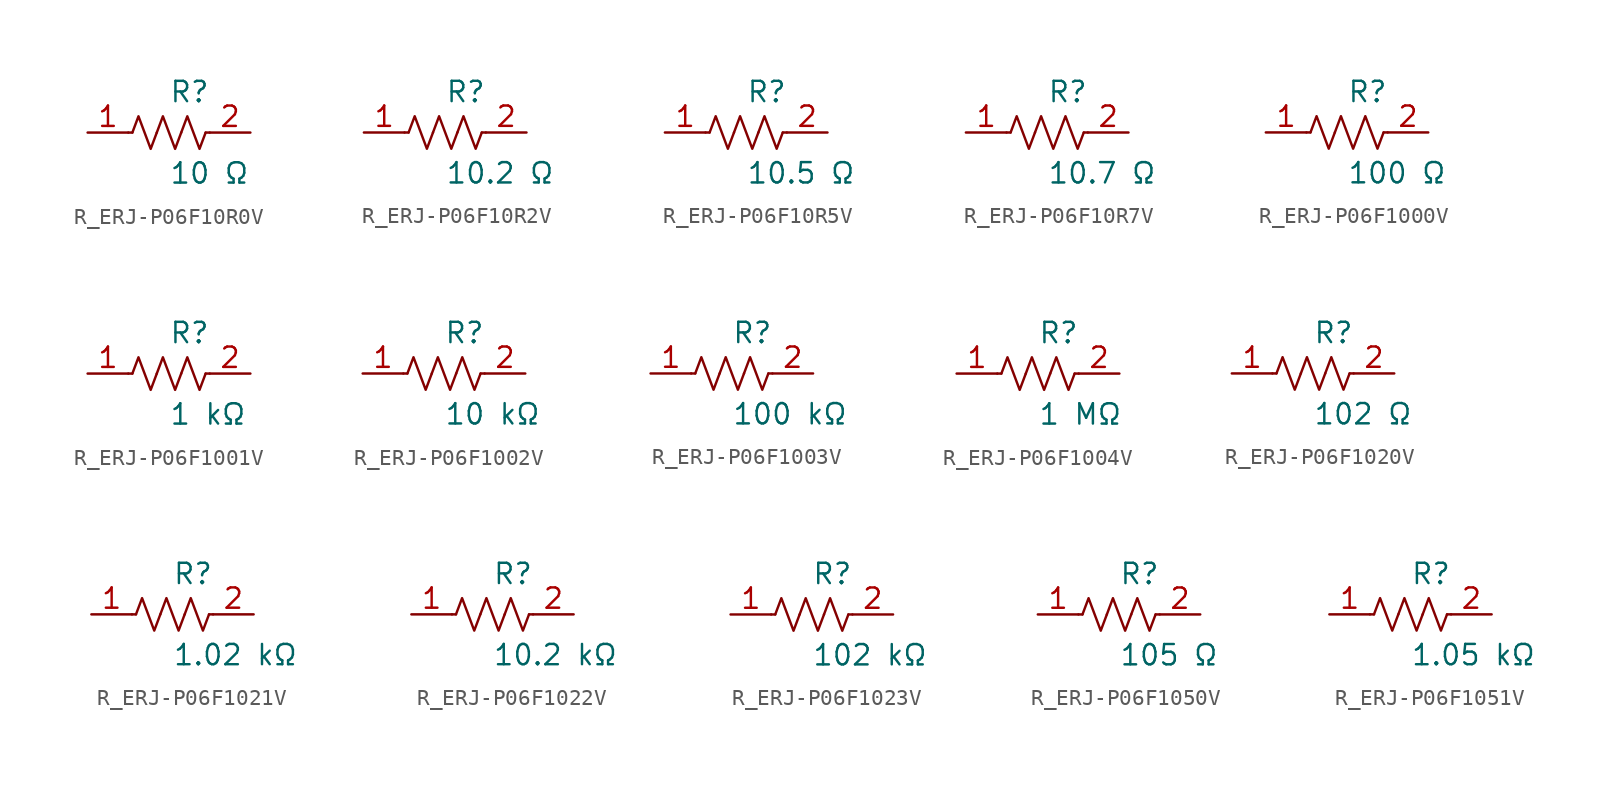
<source format=kicad_sym>
(kicad_symbol_lib
  (version 20231120)
  (generator kicad_symbol_editor)
  (generator_version 8.0)
  (symbol "R_ERJ-P06F10R0V"
    (pin_names
      (offset 0.254))
    (property "Reference" "R"
      (at 0 2.54 0)
      (effects (font (size 1.27 1.27)) (justify left)))
    (property "Value" "10 Ω"
      (at 0 -2.54 0)
      (effects (font (size 1.27 1.27)) (justify left)))
    (symbol "R_ERJ-P06F10R0V_0_1"
      (polyline (pts (xy 2.286 0) (xy 2.54 0)) (stroke (width 0) (type default)) (fill (type none)))
      (polyline (pts (xy -2.286 0) (xy -2.54 0)) (stroke (width 0) (type default)) (fill (type none)))
      (polyline (pts (xy 0.762 0) (xy 1.143 1.016) (xy 1.524 0) (xy 1.905 -1.016) (xy 2.286 0)) (stroke (width 0) (type default)) (fill (type none)))
      (polyline (pts (xy -0.762 0) (xy -0.381 1.016) (xy 0 0) (xy 0.381 -1.016) (xy 0.762 0)) (stroke (width 0) (type default)) (fill (type none)))
      (polyline (pts (xy -2.286 0) (xy -1.905 1.016) (xy -1.524 0) (xy -1.143 -1.016) (xy -0.762 0)) (stroke (width 0) (type default)) (fill (type none))))
    (pin passive line
      (at -5.08 0 0)
      (length 2.54)
      (name "" (effects (font (size 1.27 1.27))))
      (number "1" (effects (font (size 1.27 1.27)))))
    (pin passive line
      (at 5.08 0 180)
      (length 2.54)
      (name "" (effects (font (size 1.27 1.27))))
      (number "2" (effects (font (size 1.27 1.27))))))
  (symbol "R_ERJ-P06F10R2V"
    (pin_names
      (offset 0.254))
    (property "Reference" "R"
      (at 0 2.54 0)
      (effects (font (size 1.27 1.27)) (justify left)))
    (property "Value" "10.2 Ω"
      (at 0 -2.54 0)
      (effects (font (size 1.27 1.27)) (justify left)))
    (symbol "R_ERJ-P06F10R2V_0_1"
      (polyline (pts (xy 2.286 0) (xy 2.54 0)) (stroke (width 0) (type default)) (fill (type none)))
      (polyline (pts (xy -2.286 0) (xy -2.54 0)) (stroke (width 0) (type default)) (fill (type none)))
      (polyline (pts (xy 0.762 0) (xy 1.143 1.016) (xy 1.524 0) (xy 1.905 -1.016) (xy 2.286 0)) (stroke (width 0) (type default)) (fill (type none)))
      (polyline (pts (xy -0.762 0) (xy -0.381 1.016) (xy 0 0) (xy 0.381 -1.016) (xy 0.762 0)) (stroke (width 0) (type default)) (fill (type none)))
      (polyline (pts (xy -2.286 0) (xy -1.905 1.016) (xy -1.524 0) (xy -1.143 -1.016) (xy -0.762 0)) (stroke (width 0) (type default)) (fill (type none))))
    (pin passive line
      (at -5.08 0 0)
      (length 2.54)
      (name "" (effects (font (size 1.27 1.27))))
      (number "1" (effects (font (size 1.27 1.27)))))
    (pin passive line
      (at 5.08 0 180)
      (length 2.54)
      (name "" (effects (font (size 1.27 1.27))))
      (number "2" (effects (font (size 1.27 1.27))))))
  (symbol "R_ERJ-P06F10R5V"
    (pin_names
      (offset 0.254))
    (property "Reference" "R"
      (at 0 2.54 0)
      (effects (font (size 1.27 1.27)) (justify left)))
    (property "Value" "10.5 Ω"
      (at 0 -2.54 0)
      (effects (font (size 1.27 1.27)) (justify left)))
    (symbol "R_ERJ-P06F10R5V_0_1"
      (polyline (pts (xy 2.286 0) (xy 2.54 0)) (stroke (width 0) (type default)) (fill (type none)))
      (polyline (pts (xy -2.286 0) (xy -2.54 0)) (stroke (width 0) (type default)) (fill (type none)))
      (polyline (pts (xy 0.762 0) (xy 1.143 1.016) (xy 1.524 0) (xy 1.905 -1.016) (xy 2.286 0)) (stroke (width 0) (type default)) (fill (type none)))
      (polyline (pts (xy -0.762 0) (xy -0.381 1.016) (xy 0 0) (xy 0.381 -1.016) (xy 0.762 0)) (stroke (width 0) (type default)) (fill (type none)))
      (polyline (pts (xy -2.286 0) (xy -1.905 1.016) (xy -1.524 0) (xy -1.143 -1.016) (xy -0.762 0)) (stroke (width 0) (type default)) (fill (type none))))
    (pin passive line
      (at -5.08 0 0)
      (length 2.54)
      (name "" (effects (font (size 1.27 1.27))))
      (number "1" (effects (font (size 1.27 1.27)))))
    (pin passive line
      (at 5.08 0 180)
      (length 2.54)
      (name "" (effects (font (size 1.27 1.27))))
      (number "2" (effects (font (size 1.27 1.27))))))
  (symbol "R_ERJ-P06F10R7V"
    (pin_names
      (offset 0.254))
    (property "Reference" "R"
      (at 0 2.54 0)
      (effects (font (size 1.27 1.27)) (justify left)))
    (property "Value" "10.7 Ω"
      (at 0 -2.54 0)
      (effects (font (size 1.27 1.27)) (justify left)))
    (symbol "R_ERJ-P06F10R7V_0_1"
      (polyline (pts (xy 2.286 0) (xy 2.54 0)) (stroke (width 0) (type default)) (fill (type none)))
      (polyline (pts (xy -2.286 0) (xy -2.54 0)) (stroke (width 0) (type default)) (fill (type none)))
      (polyline (pts (xy 0.762 0) (xy 1.143 1.016) (xy 1.524 0) (xy 1.905 -1.016) (xy 2.286 0)) (stroke (width 0) (type default)) (fill (type none)))
      (polyline (pts (xy -0.762 0) (xy -0.381 1.016) (xy 0 0) (xy 0.381 -1.016) (xy 0.762 0)) (stroke (width 0) (type default)) (fill (type none)))
      (polyline (pts (xy -2.286 0) (xy -1.905 1.016) (xy -1.524 0) (xy -1.143 -1.016) (xy -0.762 0)) (stroke (width 0) (type default)) (fill (type none))))
    (pin passive line
      (at -5.08 0 0)
      (length 2.54)
      (name "" (effects (font (size 1.27 1.27))))
      (number "1" (effects (font (size 1.27 1.27)))))
    (pin passive line
      (at 5.08 0 180)
      (length 2.54)
      (name "" (effects (font (size 1.27 1.27))))
      (number "2" (effects (font (size 1.27 1.27))))))
  (symbol "R_ERJ-P06F1000V"
    (pin_names
      (offset 0.254))
    (property "Reference" "R"
      (at 0 2.54 0)
      (effects (font (size 1.27 1.27)) (justify left)))
    (property "Value" "100 Ω"
      (at 0 -2.54 0)
      (effects (font (size 1.27 1.27)) (justify left)))
    (symbol "R_ERJ-P06F1000V_0_1"
      (polyline (pts (xy 2.286 0) (xy 2.54 0)) (stroke (width 0) (type default)) (fill (type none)))
      (polyline (pts (xy -2.286 0) (xy -2.54 0)) (stroke (width 0) (type default)) (fill (type none)))
      (polyline (pts (xy 0.762 0) (xy 1.143 1.016) (xy 1.524 0) (xy 1.905 -1.016) (xy 2.286 0)) (stroke (width 0) (type default)) (fill (type none)))
      (polyline (pts (xy -0.762 0) (xy -0.381 1.016) (xy 0 0) (xy 0.381 -1.016) (xy 0.762 0)) (stroke (width 0) (type default)) (fill (type none)))
      (polyline (pts (xy -2.286 0) (xy -1.905 1.016) (xy -1.524 0) (xy -1.143 -1.016) (xy -0.762 0)) (stroke (width 0) (type default)) (fill (type none))))
    (pin passive line
      (at -5.08 0 0)
      (length 2.54)
      (name "" (effects (font (size 1.27 1.27))))
      (number "1" (effects (font (size 1.27 1.27)))))
    (pin passive line
      (at 5.08 0 180)
      (length 2.54)
      (name "" (effects (font (size 1.27 1.27))))
      (number "2" (effects (font (size 1.27 1.27))))))
  (symbol "R_ERJ-P06F1001V"
    (pin_names
      (offset 0.254))
    (property "Reference" "R"
      (at 0 2.54 0)
      (effects (font (size 1.27 1.27)) (justify left)))
    (property "Value" "1 kΩ"
      (at 0 -2.54 0)
      (effects (font (size 1.27 1.27)) (justify left)))
    (symbol "R_ERJ-P06F1001V_0_1"
      (polyline (pts (xy 2.286 0) (xy 2.54 0)) (stroke (width 0) (type default)) (fill (type none)))
      (polyline (pts (xy -2.286 0) (xy -2.54 0)) (stroke (width 0) (type default)) (fill (type none)))
      (polyline (pts (xy 0.762 0) (xy 1.143 1.016) (xy 1.524 0) (xy 1.905 -1.016) (xy 2.286 0)) (stroke (width 0) (type default)) (fill (type none)))
      (polyline (pts (xy -0.762 0) (xy -0.381 1.016) (xy 0 0) (xy 0.381 -1.016) (xy 0.762 0)) (stroke (width 0) (type default)) (fill (type none)))
      (polyline (pts (xy -2.286 0) (xy -1.905 1.016) (xy -1.524 0) (xy -1.143 -1.016) (xy -0.762 0)) (stroke (width 0) (type default)) (fill (type none))))
    (pin passive line
      (at -5.08 0 0)
      (length 2.54)
      (name "" (effects (font (size 1.27 1.27))))
      (number "1" (effects (font (size 1.27 1.27)))))
    (pin passive line
      (at 5.08 0 180)
      (length 2.54)
      (name "" (effects (font (size 1.27 1.27))))
      (number "2" (effects (font (size 1.27 1.27))))))
  (symbol "R_ERJ-P06F1002V"
    (pin_names
      (offset 0.254))
    (property "Reference" "R"
      (at 0 2.54 0)
      (effects (font (size 1.27 1.27)) (justify left)))
    (property "Value" "10 kΩ"
      (at 0 -2.54 0)
      (effects (font (size 1.27 1.27)) (justify left)))
    (symbol "R_ERJ-P06F1002V_0_1"
      (polyline (pts (xy 2.286 0) (xy 2.54 0)) (stroke (width 0) (type default)) (fill (type none)))
      (polyline (pts (xy -2.286 0) (xy -2.54 0)) (stroke (width 0) (type default)) (fill (type none)))
      (polyline (pts (xy 0.762 0) (xy 1.143 1.016) (xy 1.524 0) (xy 1.905 -1.016) (xy 2.286 0)) (stroke (width 0) (type default)) (fill (type none)))
      (polyline (pts (xy -0.762 0) (xy -0.381 1.016) (xy 0 0) (xy 0.381 -1.016) (xy 0.762 0)) (stroke (width 0) (type default)) (fill (type none)))
      (polyline (pts (xy -2.286 0) (xy -1.905 1.016) (xy -1.524 0) (xy -1.143 -1.016) (xy -0.762 0)) (stroke (width 0) (type default)) (fill (type none))))
    (pin passive line
      (at -5.08 0 0)
      (length 2.54)
      (name "" (effects (font (size 1.27 1.27))))
      (number "1" (effects (font (size 1.27 1.27)))))
    (pin passive line
      (at 5.08 0 180)
      (length 2.54)
      (name "" (effects (font (size 1.27 1.27))))
      (number "2" (effects (font (size 1.27 1.27))))))
  (symbol "R_ERJ-P06F1003V"
    (pin_names
      (offset 0.254))
    (property "Reference" "R"
      (at 0 2.54 0)
      (effects (font (size 1.27 1.27)) (justify left)))
    (property "Value" "100 kΩ"
      (at 0 -2.54 0)
      (effects (font (size 1.27 1.27)) (justify left)))
    (symbol "R_ERJ-P06F1003V_0_1"
      (polyline (pts (xy 2.286 0) (xy 2.54 0)) (stroke (width 0) (type default)) (fill (type none)))
      (polyline (pts (xy -2.286 0) (xy -2.54 0)) (stroke (width 0) (type default)) (fill (type none)))
      (polyline (pts (xy 0.762 0) (xy 1.143 1.016) (xy 1.524 0) (xy 1.905 -1.016) (xy 2.286 0)) (stroke (width 0) (type default)) (fill (type none)))
      (polyline (pts (xy -0.762 0) (xy -0.381 1.016) (xy 0 0) (xy 0.381 -1.016) (xy 0.762 0)) (stroke (width 0) (type default)) (fill (type none)))
      (polyline (pts (xy -2.286 0) (xy -1.905 1.016) (xy -1.524 0) (xy -1.143 -1.016) (xy -0.762 0)) (stroke (width 0) (type default)) (fill (type none))))
    (pin passive line
      (at -5.08 0 0)
      (length 2.54)
      (name "" (effects (font (size 1.27 1.27))))
      (number "1" (effects (font (size 1.27 1.27)))))
    (pin passive line
      (at 5.08 0 180)
      (length 2.54)
      (name "" (effects (font (size 1.27 1.27))))
      (number "2" (effects (font (size 1.27 1.27))))))
  (symbol "R_ERJ-P06F1004V"
    (pin_names
      (offset 0.254))
    (property "Reference" "R"
      (at 0 2.54 0)
      (effects (font (size 1.27 1.27)) (justify left)))
    (property "Value" "1 MΩ"
      (at 0 -2.54 0)
      (effects (font (size 1.27 1.27)) (justify left)))
    (symbol "R_ERJ-P06F1004V_0_1"
      (polyline (pts (xy 2.286 0) (xy 2.54 0)) (stroke (width 0) (type default)) (fill (type none)))
      (polyline (pts (xy -2.286 0) (xy -2.54 0)) (stroke (width 0) (type default)) (fill (type none)))
      (polyline (pts (xy 0.762 0) (xy 1.143 1.016) (xy 1.524 0) (xy 1.905 -1.016) (xy 2.286 0)) (stroke (width 0) (type default)) (fill (type none)))
      (polyline (pts (xy -0.762 0) (xy -0.381 1.016) (xy 0 0) (xy 0.381 -1.016) (xy 0.762 0)) (stroke (width 0) (type default)) (fill (type none)))
      (polyline (pts (xy -2.286 0) (xy -1.905 1.016) (xy -1.524 0) (xy -1.143 -1.016) (xy -0.762 0)) (stroke (width 0) (type default)) (fill (type none))))
    (pin passive line
      (at -5.08 0 0)
      (length 2.54)
      (name "" (effects (font (size 1.27 1.27))))
      (number "1" (effects (font (size 1.27 1.27)))))
    (pin passive line
      (at 5.08 0 180)
      (length 2.54)
      (name "" (effects (font (size 1.27 1.27))))
      (number "2" (effects (font (size 1.27 1.27))))))
  (symbol "R_ERJ-P06F1020V"
    (pin_names
      (offset 0.254))
    (property "Reference" "R"
      (at 0 2.54 0)
      (effects (font (size 1.27 1.27)) (justify left)))
    (property "Value" "102 Ω"
      (at 0 -2.54 0)
      (effects (font (size 1.27 1.27)) (justify left)))
    (symbol "R_ERJ-P06F1020V_0_1"
      (polyline (pts (xy 2.286 0) (xy 2.54 0)) (stroke (width 0) (type default)) (fill (type none)))
      (polyline (pts (xy -2.286 0) (xy -2.54 0)) (stroke (width 0) (type default)) (fill (type none)))
      (polyline (pts (xy 0.762 0) (xy 1.143 1.016) (xy 1.524 0) (xy 1.905 -1.016) (xy 2.286 0)) (stroke (width 0) (type default)) (fill (type none)))
      (polyline (pts (xy -0.762 0) (xy -0.381 1.016) (xy 0 0) (xy 0.381 -1.016) (xy 0.762 0)) (stroke (width 0) (type default)) (fill (type none)))
      (polyline (pts (xy -2.286 0) (xy -1.905 1.016) (xy -1.524 0) (xy -1.143 -1.016) (xy -0.762 0)) (stroke (width 0) (type default)) (fill (type none))))
    (pin passive line
      (at -5.08 0 0)
      (length 2.54)
      (name "" (effects (font (size 1.27 1.27))))
      (number "1" (effects (font (size 1.27 1.27)))))
    (pin passive line
      (at 5.08 0 180)
      (length 2.54)
      (name "" (effects (font (size 1.27 1.27))))
      (number "2" (effects (font (size 1.27 1.27))))))
  (symbol "R_ERJ-P06F1021V"
    (pin_names
      (offset 0.254))
    (property "Reference" "R"
      (at 0 2.54 0)
      (effects (font (size 1.27 1.27)) (justify left)))
    (property "Value" "1.02 kΩ"
      (at 0 -2.54 0)
      (effects (font (size 1.27 1.27)) (justify left)))
    (symbol "R_ERJ-P06F1021V_0_1"
      (polyline (pts (xy 2.286 0) (xy 2.54 0)) (stroke (width 0) (type default)) (fill (type none)))
      (polyline (pts (xy -2.286 0) (xy -2.54 0)) (stroke (width 0) (type default)) (fill (type none)))
      (polyline (pts (xy 0.762 0) (xy 1.143 1.016) (xy 1.524 0) (xy 1.905 -1.016) (xy 2.286 0)) (stroke (width 0) (type default)) (fill (type none)))
      (polyline (pts (xy -0.762 0) (xy -0.381 1.016) (xy 0 0) (xy 0.381 -1.016) (xy 0.762 0)) (stroke (width 0) (type default)) (fill (type none)))
      (polyline (pts (xy -2.286 0) (xy -1.905 1.016) (xy -1.524 0) (xy -1.143 -1.016) (xy -0.762 0)) (stroke (width 0) (type default)) (fill (type none))))
    (pin passive line
      (at -5.08 0 0)
      (length 2.54)
      (name "" (effects (font (size 1.27 1.27))))
      (number "1" (effects (font (size 1.27 1.27)))))
    (pin passive line
      (at 5.08 0 180)
      (length 2.54)
      (name "" (effects (font (size 1.27 1.27))))
      (number "2" (effects (font (size 1.27 1.27))))))
  (symbol "R_ERJ-P06F1022V"
    (pin_names
      (offset 0.254))
    (property "Reference" "R"
      (at 0 2.54 0)
      (effects (font (size 1.27 1.27)) (justify left)))
    (property "Value" "10.2 kΩ"
      (at 0 -2.54 0)
      (effects (font (size 1.27 1.27)) (justify left)))
    (symbol "R_ERJ-P06F1022V_0_1"
      (polyline (pts (xy 2.286 0) (xy 2.54 0)) (stroke (width 0) (type default)) (fill (type none)))
      (polyline (pts (xy -2.286 0) (xy -2.54 0)) (stroke (width 0) (type default)) (fill (type none)))
      (polyline (pts (xy 0.762 0) (xy 1.143 1.016) (xy 1.524 0) (xy 1.905 -1.016) (xy 2.286 0)) (stroke (width 0) (type default)) (fill (type none)))
      (polyline (pts (xy -0.762 0) (xy -0.381 1.016) (xy 0 0) (xy 0.381 -1.016) (xy 0.762 0)) (stroke (width 0) (type default)) (fill (type none)))
      (polyline (pts (xy -2.286 0) (xy -1.905 1.016) (xy -1.524 0) (xy -1.143 -1.016) (xy -0.762 0)) (stroke (width 0) (type default)) (fill (type none))))
    (pin passive line
      (at -5.08 0 0)
      (length 2.54)
      (name "" (effects (font (size 1.27 1.27))))
      (number "1" (effects (font (size 1.27 1.27)))))
    (pin passive line
      (at 5.08 0 180)
      (length 2.54)
      (name "" (effects (font (size 1.27 1.27))))
      (number "2" (effects (font (size 1.27 1.27))))))
  (symbol "R_ERJ-P06F1023V"
    (pin_names
      (offset 0.254))
    (property "Reference" "R"
      (at 0 2.54 0)
      (effects (font (size 1.27 1.27)) (justify left)))
    (property "Value" "102 kΩ"
      (at 0 -2.54 0)
      (effects (font (size 1.27 1.27)) (justify left)))
    (symbol "R_ERJ-P06F1023V_0_1"
      (polyline (pts (xy 2.286 0) (xy 2.54 0)) (stroke (width 0) (type default)) (fill (type none)))
      (polyline (pts (xy -2.286 0) (xy -2.54 0)) (stroke (width 0) (type default)) (fill (type none)))
      (polyline (pts (xy 0.762 0) (xy 1.143 1.016) (xy 1.524 0) (xy 1.905 -1.016) (xy 2.286 0)) (stroke (width 0) (type default)) (fill (type none)))
      (polyline (pts (xy -0.762 0) (xy -0.381 1.016) (xy 0 0) (xy 0.381 -1.016) (xy 0.762 0)) (stroke (width 0) (type default)) (fill (type none)))
      (polyline (pts (xy -2.286 0) (xy -1.905 1.016) (xy -1.524 0) (xy -1.143 -1.016) (xy -0.762 0)) (stroke (width 0) (type default)) (fill (type none))))
    (pin passive line
      (at -5.08 0 0)
      (length 2.54)
      (name "" (effects (font (size 1.27 1.27))))
      (number "1" (effects (font (size 1.27 1.27)))))
    (pin passive line
      (at 5.08 0 180)
      (length 2.54)
      (name "" (effects (font (size 1.27 1.27))))
      (number "2" (effects (font (size 1.27 1.27))))))
  (symbol "R_ERJ-P06F1050V"
    (pin_names
      (offset 0.254))
    (property "Reference" "R"
      (at 0 2.54 0)
      (effects (font (size 1.27 1.27)) (justify left)))
    (property "Value" "105 Ω"
      (at 0 -2.54 0)
      (effects (font (size 1.27 1.27)) (justify left)))
    (symbol "R_ERJ-P06F1050V_0_1"
      (polyline (pts (xy 2.286 0) (xy 2.54 0)) (stroke (width 0) (type default)) (fill (type none)))
      (polyline (pts (xy -2.286 0) (xy -2.54 0)) (stroke (width 0) (type default)) (fill (type none)))
      (polyline (pts (xy 0.762 0) (xy 1.143 1.016) (xy 1.524 0) (xy 1.905 -1.016) (xy 2.286 0)) (stroke (width 0) (type default)) (fill (type none)))
      (polyline (pts (xy -0.762 0) (xy -0.381 1.016) (xy 0 0) (xy 0.381 -1.016) (xy 0.762 0)) (stroke (width 0) (type default)) (fill (type none)))
      (polyline (pts (xy -2.286 0) (xy -1.905 1.016) (xy -1.524 0) (xy -1.143 -1.016) (xy -0.762 0)) (stroke (width 0) (type default)) (fill (type none))))
    (pin passive line
      (at -5.08 0 0)
      (length 2.54)
      (name "" (effects (font (size 1.27 1.27))))
      (number "1" (effects (font (size 1.27 1.27)))))
    (pin passive line
      (at 5.08 0 180)
      (length 2.54)
      (name "" (effects (font (size 1.27 1.27))))
      (number "2" (effects (font (size 1.27 1.27))))))
  (symbol "R_ERJ-P06F1051V"
    (pin_names
      (offset 0.254))
    (property "Reference" "R"
      (at 0 2.54 0)
      (effects (font (size 1.27 1.27)) (justify left)))
    (property "Value" "1.05 kΩ"
      (at 0 -2.54 0)
      (effects (font (size 1.27 1.27)) (justify left)))
    (symbol "R_ERJ-P06F1051V_0_1"
      (polyline (pts (xy 2.286 0) (xy 2.54 0)) (stroke (width 0) (type default)) (fill (type none)))
      (polyline (pts (xy -2.286 0) (xy -2.54 0)) (stroke (width 0) (type default)) (fill (type none)))
      (polyline (pts (xy 0.762 0) (xy 1.143 1.016) (xy 1.524 0) (xy 1.905 -1.016) (xy 2.286 0)) (stroke (width 0) (type default)) (fill (type none)))
      (polyline (pts (xy -0.762 0) (xy -0.381 1.016) (xy 0 0) (xy 0.381 -1.016) (xy 0.762 0)) (stroke (width 0) (type default)) (fill (type none)))
      (polyline (pts (xy -2.286 0) (xy -1.905 1.016) (xy -1.524 0) (xy -1.143 -1.016) (xy -0.762 0)) (stroke (width 0) (type default)) (fill (type none))))
    (pin passive line
      (at -5.08 0 0)
      (length 2.54)
      (name "" (effects (font (size 1.27 1.27))))
      (number "1" (effects (font (size 1.27 1.27)))))
    (pin passive line
      (at 5.08 0 180)
      (length 2.54)
      (name "" (effects (font (size 1.27 1.27))))
      (number "2" (effects (font (size 1.27 1.27)))))))
</source>
